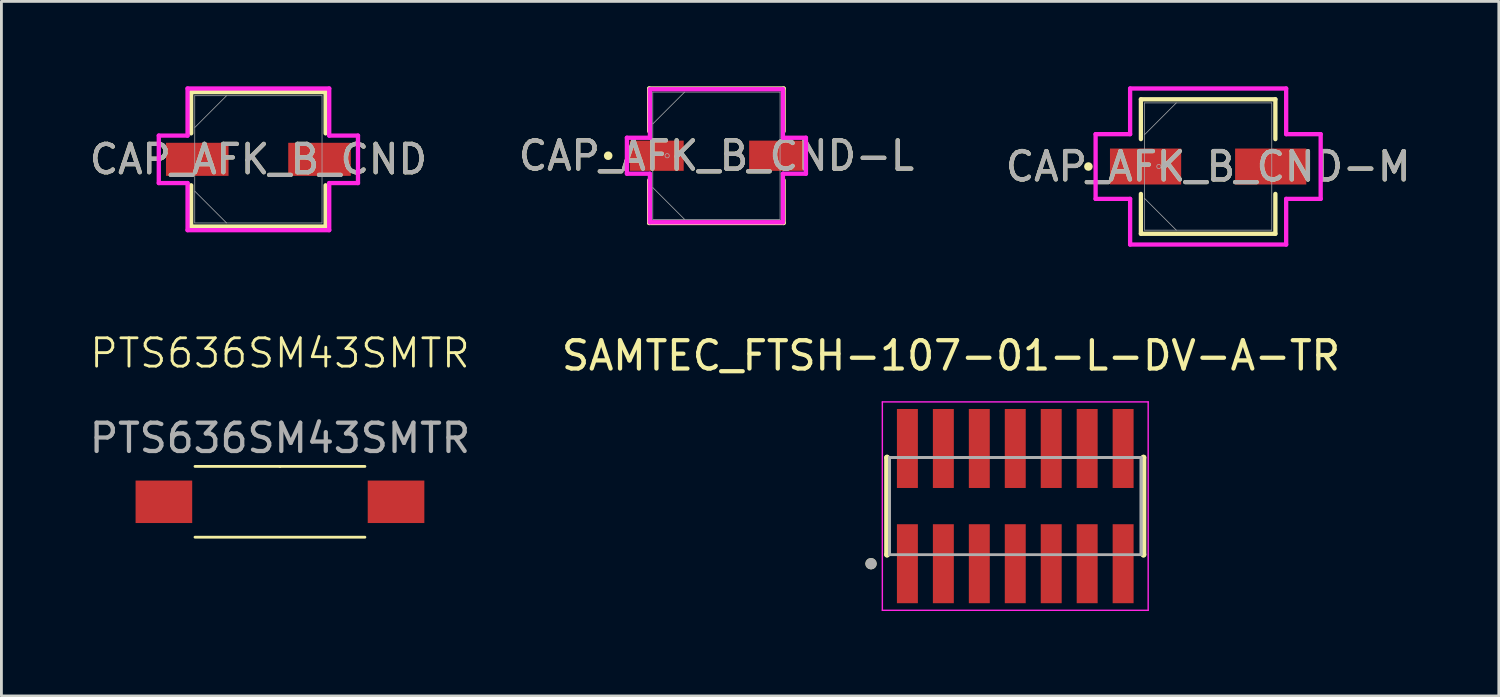
<source format=kicad_pcb>
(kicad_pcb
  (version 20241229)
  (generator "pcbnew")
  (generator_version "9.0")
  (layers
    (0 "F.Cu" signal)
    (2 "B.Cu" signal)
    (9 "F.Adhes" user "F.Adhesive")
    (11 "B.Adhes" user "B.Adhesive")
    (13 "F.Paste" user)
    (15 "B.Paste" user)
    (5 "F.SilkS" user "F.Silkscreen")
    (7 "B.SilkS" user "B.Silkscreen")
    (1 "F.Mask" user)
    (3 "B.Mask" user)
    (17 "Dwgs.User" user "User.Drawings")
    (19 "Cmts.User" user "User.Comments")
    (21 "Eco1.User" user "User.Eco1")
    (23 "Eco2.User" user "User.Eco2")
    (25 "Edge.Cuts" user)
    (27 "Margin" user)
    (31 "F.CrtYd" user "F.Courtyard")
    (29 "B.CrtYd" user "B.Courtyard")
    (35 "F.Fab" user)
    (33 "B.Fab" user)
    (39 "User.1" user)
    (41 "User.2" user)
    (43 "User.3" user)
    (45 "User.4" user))
  (footprint "CAP_AFK_B_CND"
    (layer "F.Cu")
    (at 6.077 2.578)
    (property "Reference" "CAP_AFK_B_CND" (at 0 0 0) (unlocked yes) (layer "F.SilkS") (effects (font (size 1 1) (thickness 0.15))))
    (attr smd)
    (fp_line (start -2.375 -2.375) (end -2.375 -0.917) (stroke (width 0.152) (type solid)) (layer "F.SilkS"))
    (fp_line (start -2.375 0.917) (end -2.375 2.375) (stroke (width 0.152) (type solid)) (layer "F.SilkS"))
    (fp_line (start -2.375 2.375) (end 2.375 2.375) (stroke (width 0.152) (type solid)) (layer "F.SilkS"))
    (fp_line (start 2.375 -2.375) (end -2.375 -2.375) (stroke (width 0.152) (type solid)) (layer "F.SilkS"))
    (fp_line (start 2.375 -0.917) (end 2.375 -2.375) (stroke (width 0.152) (type solid)) (layer "F.SilkS"))
    (fp_line (start 2.375 2.375) (end 2.375 0.917) (stroke (width 0.152) (type solid)) (layer "F.SilkS"))
    (fp_line (start -3.518 -0.838) (end -2.502 -0.838) (stroke (width 0.152) (type solid)) (layer "F.CrtYd"))
    (fp_line (start -3.518 0.838) (end -3.518 -0.838) (stroke (width 0.152) (type solid)) (layer "F.CrtYd"))
    (fp_line (start -2.502 -2.502) (end 2.502 -2.502) (stroke (width 0.152) (type solid)) (layer "F.CrtYd"))
    (fp_line (start -2.502 -0.838) (end -2.502 -2.502) (stroke (width 0.152) (type solid)) (layer "F.CrtYd"))
    (fp_line (start -2.502 0.838) (end -3.518 0.838) (stroke (width 0.152) (type solid)) (layer "F.CrtYd"))
    (fp_line (start -2.502 2.502) (end -2.502 0.838) (stroke (width 0.152) (type solid)) (layer "F.CrtYd"))
    (fp_line (start 2.502 -2.502) (end 2.502 -0.838) (stroke (width 0.152) (type solid)) (layer "F.CrtYd"))
    (fp_line (start 2.502 -0.838) (end 3.518 -0.838) (stroke (width 0.152) (type solid)) (layer "F.CrtYd"))
    (fp_line (start 2.502 0.838) (end 2.502 2.502) (stroke (width 0.152) (type solid)) (layer "F.CrtYd"))
    (fp_line (start 2.502 2.502) (end -2.502 2.502) (stroke (width 0.152) (type solid)) (layer "F.CrtYd"))
    (fp_line (start 3.518 -0.838) (end 3.518 0.838) (stroke (width 0.152) (type solid)) (layer "F.CrtYd"))
    (fp_line (start 3.518 0.838) (end 2.502 0.838) (stroke (width 0.152) (type solid)) (layer "F.CrtYd"))
    (fp_line (start -2.248 -2.248) (end -2.248 2.248) (stroke (width 0.025) (type solid)) (layer "F.Fab"))
    (fp_line (start -2.248 -1.124) (end -1.124 -2.248) (stroke (width 0.025) (type solid)) (layer "F.Fab"))
    (fp_line (start -2.248 1.124) (end -1.124 2.248) (stroke (width 0.025) (type solid)) (layer "F.Fab"))
    (fp_line (start -2.248 2.248) (end 2.248 2.248) (stroke (width 0.025) (type solid)) (layer "F.Fab"))
    (fp_line (start 2.248 -2.248) (end -2.248 -2.248) (stroke (width 0.025) (type solid)) (layer "F.Fab"))
    (fp_line (start 2.248 2.248) (end 2.248 -2.248) (stroke (width 0.025) (type solid)) (layer "F.Fab"))
    (fp_circle (center -1.74 0) (end -1.74 0) (stroke (width 0.025) (type solid)) (fill no) (layer "F.Fab"))
    (fp_text user "${REFERENCE}" (at 0 0 0) (unlocked yes) (layer "F.Fab") (effects (font (size 1 1) (thickness 0.15))))
    (pad "1" smd rect (at -2.159 0) (size 2.21 1.168) (layers "F.Cu" "F.Mask" "F.Paste"))
    (pad "2" smd rect (at 2.159 0) (size 2.21 1.168) (layers "F.Cu" "F.Mask" "F.Paste"))
    (zone (net_name "") (layer "F.Cu") (hatch full 0.508) (connect_pads) (min_thickness 0.254) (filled_areas_thickness no) (keepout (tracks not_allowed) (vias not_allowed) (pads allowed) (copperpour not_allowed) (footprints allowed)) (placement (enabled no)) (fill) (polygon (pts (xy 3.88 0.381) (xy 8.274 0.381) (xy 8.274 1.943) (xy 3.88 1.943))))
    (zone (net_name "") (layer "F.Cu") (hatch full 0.508) (connect_pads) (min_thickness 0.254) (filled_areas_thickness no) (keepout (tracks not_allowed) (vias not_allowed) (pads allowed) (copperpour not_allowed) (footprints allowed)) (placement (enabled no)) (fill) (polygon (pts (xy 3.88 3.213) (xy 8.274 3.213) (xy 8.274 4.775) (xy 3.88 4.775))))
    (zone (net_name "") (layer "F.Cu") (hatch full 0.508) (connect_pads) (min_thickness 0.254) (filled_areas_thickness no) (keepout (tracks not_allowed) (vias not_allowed) (pads allowed) (copperpour not_allowed) (footprints allowed)) (placement (enabled no)) (fill) (polygon (pts (xy 5.074 1.943) (xy 7.081 1.943) (xy 7.081 3.213) (xy 5.074 3.213)))))
  (footprint "CAP_AFK_B_CND-M"
    (layer "F.Cu")
    (at 39.625 2.832)
    (property "Reference" "CAP_AFK_B_CND-M" (at 0 0 0) (unlocked yes) (layer "F.SilkS") (effects (font (size 1 1) (thickness 0.15))))
    (attr smd)
    (fp_line (start -2.375 -2.375) (end -2.375 -0.968) (stroke (width 0.152) (type solid)) (layer "F.SilkS"))
    (fp_line (start -2.375 0.968) (end -2.375 2.375) (stroke (width 0.152) (type solid)) (layer "F.SilkS"))
    (fp_line (start -2.375 2.375) (end 2.375 2.375) (stroke (width 0.152) (type solid)) (layer "F.SilkS"))
    (fp_line (start 2.375 -2.375) (end -2.375 -2.375) (stroke (width 0.152) (type solid)) (layer "F.SilkS"))
    (fp_line (start 2.375 -0.968) (end 2.375 -2.375) (stroke (width 0.152) (type solid)) (layer "F.SilkS"))
    (fp_line (start 2.375 2.375) (end 2.375 0.968) (stroke (width 0.152) (type solid)) (layer "F.SilkS"))
    (fp_circle (center -4.229 0) (end -4.153 0) (stroke (width 0.152) (type solid)) (fill no) (layer "F.SilkS"))
    (fp_line (start -3.975 -1.143) (end -2.756 -1.143) (stroke (width 0.152) (type solid)) (layer "F.CrtYd"))
    (fp_line (start -3.975 1.143) (end -3.975 -1.143) (stroke (width 0.152) (type solid)) (layer "F.CrtYd"))
    (fp_line (start -2.756 -2.756) (end 2.756 -2.756) (stroke (width 0.152) (type solid)) (layer "F.CrtYd"))
    (fp_line (start -2.756 -1.143) (end -2.756 -2.756) (stroke (width 0.152) (type solid)) (layer "F.CrtYd"))
    (fp_line (start -2.756 1.143) (end -3.975 1.143) (stroke (width 0.152) (type solid)) (layer "F.CrtYd"))
    (fp_line (start -2.756 2.756) (end -2.756 1.143) (stroke (width 0.152) (type solid)) (layer "F.CrtYd"))
    (fp_line (start 2.756 -2.756) (end 2.756 -1.143) (stroke (width 0.152) (type solid)) (layer "F.CrtYd"))
    (fp_line (start 2.756 -1.143) (end 3.975 -1.143) (stroke (width 0.152) (type solid)) (layer "F.CrtYd"))
    (fp_line (start 2.756 1.143) (end 2.756 2.756) (stroke (width 0.152) (type solid)) (layer "F.CrtYd"))
    (fp_line (start 2.756 2.756) (end -2.756 2.756) (stroke (width 0.152) (type solid)) (layer "F.CrtYd"))
    (fp_line (start 3.975 -1.143) (end 3.975 1.143) (stroke (width 0.152) (type solid)) (layer "F.CrtYd"))
    (fp_line (start 3.975 1.143) (end 2.756 1.143) (stroke (width 0.152) (type solid)) (layer "F.CrtYd"))
    (fp_line (start -2.248 -2.248) (end -2.248 2.248) (stroke (width 0.025) (type solid)) (layer "F.Fab"))
    (fp_line (start -2.248 -1.124) (end -1.124 -2.248) (stroke (width 0.025) (type solid)) (layer "F.Fab"))
    (fp_line (start -2.248 1.124) (end -1.124 2.248) (stroke (width 0.025) (type solid)) (layer "F.Fab"))
    (fp_line (start -2.248 2.248) (end 2.248 2.248) (stroke (width 0.025) (type solid)) (layer "F.Fab"))
    (fp_line (start 2.248 -2.248) (end -2.248 -2.248) (stroke (width 0.025) (type solid)) (layer "F.Fab"))
    (fp_line (start 2.248 2.248) (end 2.248 -2.248) (stroke (width 0.025) (type solid)) (layer "F.Fab"))
    (fp_circle (center -1.74 0) (end -1.664 0) (stroke (width 0.025) (type solid)) (fill no) (layer "F.Fab"))
    (fp_text user "${REFERENCE}" (at 0 0 0) (unlocked yes) (layer "F.Fab") (effects (font (size 1 1) (thickness 0.15))))
    (pad "1" smd rect (at -2.21 0) (size 2.515 1.27) (layers "F.Cu" "F.Mask" "F.Paste"))
    (pad "2" smd rect (at 2.21 0) (size 2.515 1.27) (layers "F.Cu" "F.Mask" "F.Paste"))
    (zone (net_name "") (layer "F.Cu") (hatch full 0.508) (connect_pads) (min_thickness 0.254) (filled_areas_thickness no) (keepout (tracks not_allowed) (vias not_allowed) (pads allowed) (copperpour not_allowed) (footprints allowed)) (placement (enabled no)) (fill) (polygon (pts (xy 37.428 0.635) (xy 41.822 0.635) (xy 41.822 2.146) (xy 37.428 2.146))))
    (zone (net_name "") (layer "F.Cu") (hatch full 0.508) (connect_pads) (min_thickness 0.254) (filled_areas_thickness no) (keepout (tracks not_allowed) (vias not_allowed) (pads allowed) (copperpour not_allowed) (footprints allowed)) (placement (enabled no)) (fill) (polygon (pts (xy 37.428 3.518) (xy 41.822 3.518) (xy 41.822 5.029) (xy 37.428 5.029))))
    (zone (net_name "") (layer "F.Cu") (hatch full 0.508) (connect_pads) (min_thickness 0.254) (filled_areas_thickness no) (keepout (tracks not_allowed) (vias not_allowed) (pads allowed) (copperpour not_allowed) (footprints allowed)) (placement (enabled no)) (fill) (polygon (pts (xy 38.723 2.146) (xy 40.527 2.146) (xy 40.527 3.518) (xy 38.723 3.518)))))
  (footprint "PTS636SM43SMTR"
    (layer "F.Cu")
    (at 6.839 14.675)
    (property "Reference" "PTS636SM43SMTR" (at 0 -5.25 0) (unlocked yes) (layer "F.SilkS") (effects (font (size 1 1) (thickness 0.1))))
    (attr smd)
    (fp_line (start -3 1.25) (end 3 1.25) (stroke (width 0.1) (type default)) (layer "F.SilkS"))
    (fp_line (start 0 -1.25) (end -3 -1.25) (stroke (width 0.1) (type default)) (layer "F.SilkS"))
    (fp_line (start 0 -1.25) (end 3 -1.25) (stroke (width 0.1) (type default)) (layer "F.SilkS"))
    (fp_text user "${REFERENCE}" (at 0 -2.25 0) (unlocked yes) (layer "F.Fab") (effects (font (size 1 1) (thickness 0.15))))
    (pad "1" smd rect (at -4.1 0) (size 2 1.5) (layers "F.Cu" "F.Mask" "F.Paste"))
    (pad "2" smd rect (at 4.1 0) (size 2 1.5) (layers "F.Cu" "F.Mask" "F.Paste")))
  (footprint "SAMTEC_FTSH-107-01-L-DV-A-TR"
    (layer "F.Cu")
    (at 32.812 14.827)
    (property "Reference" "SAMTEC_FTSH-107-01-L-DV-A-TR" (at -2.27 -5.315 0) (layer "F.SilkS") (effects (font (size 1 1) (thickness 0.15))))
    (attr smd)
    (fp_line (start -4.53 -1.715) (end -4.53 -1.715) (stroke (width 0.2) (type solid)) (layer "F.SilkS"))
    (fp_line (start -4.53 1.715) (end -4.53 -1.715) (stroke (width 0.2) (type solid)) (layer "F.SilkS"))
    (fp_line (start -4.53 1.715) (end -4.53 1.715) (stroke (width 0.2) (type solid)) (layer "F.SilkS"))
    (fp_line (start 4.53 -1.715) (end 4.53 -1.715) (stroke (width 0.2) (type solid)) (layer "F.SilkS"))
    (fp_line (start 4.53 -1.715) (end 4.53 1.715) (stroke (width 0.2) (type solid)) (layer "F.SilkS"))
    (fp_line (start 4.53 1.715) (end 4.53 1.715) (stroke (width 0.2) (type solid)) (layer "F.SilkS"))
    (fp_circle (center -5.095 2.035) (end -4.995 2.035) (stroke (width 0.2) (type solid)) (fill no) (layer "F.SilkS"))
    (fp_line (start -4.695 -3.68) (end 4.695 -3.68) (stroke (width 0.05) (type solid)) (layer "F.CrtYd"))
    (fp_line (start -4.695 3.68) (end -4.695 -3.68) (stroke (width 0.05) (type solid)) (layer "F.CrtYd"))
    (fp_line (start 4.695 -3.68) (end 4.695 3.68) (stroke (width 0.05) (type solid)) (layer "F.CrtYd"))
    (fp_line (start 4.695 3.68) (end -4.695 3.68) (stroke (width 0.05) (type solid)) (layer "F.CrtYd"))
    (fp_line (start -4.445 -1.715) (end 4.445 -1.715) (stroke (width 0.1) (type solid)) (layer "F.Fab"))
    (fp_line (start -4.445 -1.715) (end 4.445 -1.715) (stroke (width 0.1) (type solid)) (layer "F.Fab"))
    (fp_line (start -4.445 1.715) (end -4.445 -1.715) (stroke (width 0.1) (type solid)) (layer "F.Fab"))
    (fp_line (start -4.445 1.715) (end -4.445 -1.715) (stroke (width 0.1) (type solid)) (layer "F.Fab"))
    (fp_line (start 4.445 -1.715) (end 4.445 1.715) (stroke (width 0.1) (type solid)) (layer "F.Fab"))
    (fp_line (start 4.445 -1.715) (end 4.445 1.715) (stroke (width 0.1) (type solid)) (layer "F.Fab"))
    (fp_line (start 4.445 1.715) (end -4.445 1.715) (stroke (width 0.1) (type solid)) (layer "F.Fab"))
    (fp_circle (center -5.095 2.035) (end -4.995 2.035) (stroke (width 0.2) (type solid)) (fill no) (layer "F.Fab"))
    (pad "1" smd rect (at -3.81 2.035) (size 0.74 2.79) (layers "F.Cu" "F.Mask" "F.Paste"))
    (pad "2" smd rect (at -3.81 -2.035) (size 0.74 2.79) (layers "F.Cu" "F.Mask" "F.Paste"))
    (pad "3" smd rect (at -2.54 2.035) (size 0.74 2.79) (layers "F.Cu" "F.Mask" "F.Paste"))
    (pad "4" smd rect (at -2.54 -2.035) (size 0.74 2.79) (layers "F.Cu" "F.Mask" "F.Paste"))
    (pad "5" smd rect (at -1.27 2.035) (size 0.74 2.79) (layers "F.Cu" "F.Mask" "F.Paste"))
    (pad "6" smd rect (at -1.27 -2.035) (size 0.74 2.79) (layers "F.Cu" "F.Mask" "F.Paste"))
    (pad "7" smd rect (at 0 2.035) (size 0.74 2.79) (layers "F.Cu" "F.Mask" "F.Paste"))
    (pad "8" smd rect (at 0 -2.035) (size 0.74 2.79) (layers "F.Cu" "F.Mask" "F.Paste"))
    (pad "9" smd rect (at 1.27 2.035) (size 0.74 2.79) (layers "F.Cu" "F.Mask" "F.Paste"))
    (pad "10" smd rect (at 1.27 -2.035) (size 0.74 2.79) (layers "F.Cu" "F.Mask" "F.Paste"))
    (pad "11" smd rect (at 2.54 2.035) (size 0.74 2.79) (layers "F.Cu" "F.Mask" "F.Paste"))
    (pad "12" smd rect (at 2.54 -2.035) (size 0.74 2.79) (layers "F.Cu" "F.Mask" "F.Paste"))
    (pad "13" smd rect (at 3.81 2.035) (size 0.74 2.79) (layers "F.Cu" "F.Mask" "F.Paste"))
    (pad "14" smd rect (at 3.81 -2.035) (size 0.74 2.79) (layers "F.Cu" "F.Mask" "F.Paste")))
  (footprint "CAP_AFK_B_CND-L"
    (layer "F.Cu")
    (at 22.256 2.451)
    (property "Reference" "CAP_AFK_B_CND-L" (at 0 0 0) (unlocked yes) (layer "F.SilkS") (effects (font (size 1 1) (thickness 0.15))))
    (attr smd)
    (fp_line (start -2.375 -2.375) (end -2.375 -0.866) (stroke (width 0.152) (type solid)) (layer "F.SilkS"))
    (fp_line (start -2.375 0.866) (end -2.375 2.375) (stroke (width 0.152) (type solid)) (layer "F.SilkS"))
    (fp_line (start -2.375 2.375) (end 2.375 2.375) (stroke (width 0.152) (type solid)) (layer "F.SilkS"))
    (fp_line (start 2.375 -2.375) (end -2.375 -2.375) (stroke (width 0.152) (type solid)) (layer "F.SilkS"))
    (fp_line (start 2.375 -0.866) (end 2.375 -2.375) (stroke (width 0.152) (type solid)) (layer "F.SilkS"))
    (fp_line (start 2.375 2.375) (end 2.375 0.866) (stroke (width 0.152) (type solid)) (layer "F.SilkS"))
    (fp_circle (center -3.823 0) (end -3.747 0) (stroke (width 0.152) (type solid)) (fill no) (layer "F.SilkS"))
    (fp_line (start -3.162 -0.635) (end -2.349 -0.635) (stroke (width 0.152) (type solid)) (layer "F.CrtYd"))
    (fp_line (start -3.162 0.635) (end -3.162 -0.635) (stroke (width 0.152) (type solid)) (layer "F.CrtYd"))
    (fp_line (start -2.349 -2.349) (end 2.349 -2.349) (stroke (width 0.152) (type solid)) (layer "F.CrtYd"))
    (fp_line (start -2.349 -0.635) (end -2.349 -2.349) (stroke (width 0.152) (type solid)) (layer "F.CrtYd"))
    (fp_line (start -2.349 0.635) (end -3.162 0.635) (stroke (width 0.152) (type solid)) (layer "F.CrtYd"))
    (fp_line (start -2.349 2.349) (end -2.349 0.635) (stroke (width 0.152) (type solid)) (layer "F.CrtYd"))
    (fp_line (start 2.349 -2.349) (end 2.349 -0.635) (stroke (width 0.152) (type solid)) (layer "F.CrtYd"))
    (fp_line (start 2.349 -0.635) (end 3.162 -0.635) (stroke (width 0.152) (type solid)) (layer "F.CrtYd"))
    (fp_line (start 2.349 0.635) (end 2.349 2.349) (stroke (width 0.152) (type solid)) (layer "F.CrtYd"))
    (fp_line (start 2.349 2.349) (end -2.349 2.349) (stroke (width 0.152) (type solid)) (layer "F.CrtYd"))
    (fp_line (start 3.162 -0.635) (end 3.162 0.635) (stroke (width 0.152) (type solid)) (layer "F.CrtYd"))
    (fp_line (start 3.162 0.635) (end 2.349 0.635) (stroke (width 0.152) (type solid)) (layer "F.CrtYd"))
    (fp_line (start -2.248 -2.248) (end -2.248 2.248) (stroke (width 0.025) (type solid)) (layer "F.Fab"))
    (fp_line (start -2.248 -1.124) (end -1.124 -2.248) (stroke (width 0.025) (type solid)) (layer "F.Fab"))
    (fp_line (start -2.248 1.124) (end -1.124 2.248) (stroke (width 0.025) (type solid)) (layer "F.Fab"))
    (fp_line (start -2.248 2.248) (end 2.248 2.248) (stroke (width 0.025) (type solid)) (layer "F.Fab"))
    (fp_line (start 2.248 -2.248) (end -2.248 -2.248) (stroke (width 0.025) (type solid)) (layer "F.Fab"))
    (fp_line (start 2.248 2.248) (end 2.248 -2.248) (stroke (width 0.025) (type solid)) (layer "F.Fab"))
    (fp_circle (center -1.74 0) (end -1.664 0) (stroke (width 0.025) (type solid)) (fill no) (layer "F.Fab"))
    (fp_text user "${REFERENCE}" (at 0 0 0) (unlocked yes) (layer "F.Fab") (effects (font (size 1 1) (thickness 0.15))))
    (pad "1" smd rect (at -2.108 0) (size 1.905 1.067) (layers "F.Cu" "F.Mask" "F.Paste"))
    (pad "2" smd rect (at 2.108 0) (size 1.905 1.067) (layers "F.Cu" "F.Mask" "F.Paste"))
    (zone (net_name "") (layer "F.Cu") (hatch full 0.508) (connect_pads) (min_thickness 0.254) (filled_areas_thickness no) (keepout (tracks not_allowed) (vias not_allowed) (pads allowed) (copperpour not_allowed) (footprints allowed)) (placement (enabled no)) (fill) (polygon (pts (xy 20.059 0.254) (xy 24.453 0.254) (xy 24.453 1.867) (xy 20.059 1.867))))
    (zone (net_name "") (layer "F.Cu") (hatch full 0.508) (connect_pads) (min_thickness 0.254) (filled_areas_thickness no) (keepout (tracks not_allowed) (vias not_allowed) (pads allowed) (copperpour not_allowed) (footprints allowed)) (placement (enabled no)) (fill) (polygon (pts (xy 20.059 3.035) (xy 24.453 3.035) (xy 24.453 4.648) (xy 20.059 4.648))))
    (zone (net_name "") (layer "F.Cu") (hatch full 0.508) (connect_pads) (min_thickness 0.254) (filled_areas_thickness no) (keepout (tracks not_allowed) (vias not_allowed) (pads allowed) (copperpour not_allowed) (footprints allowed)) (placement (enabled no)) (fill) (polygon (pts (xy 21.151 1.867) (xy 23.361 1.867) (xy 23.361 3.035) (xy 21.151 3.035)))))
  (gr_rect
    (start -3 -3)
    (end 49.893 21.532)
    (stroke (width 0.1) (type default))
    (fill no)
    (layer "Edge.Cuts")))
</source>
